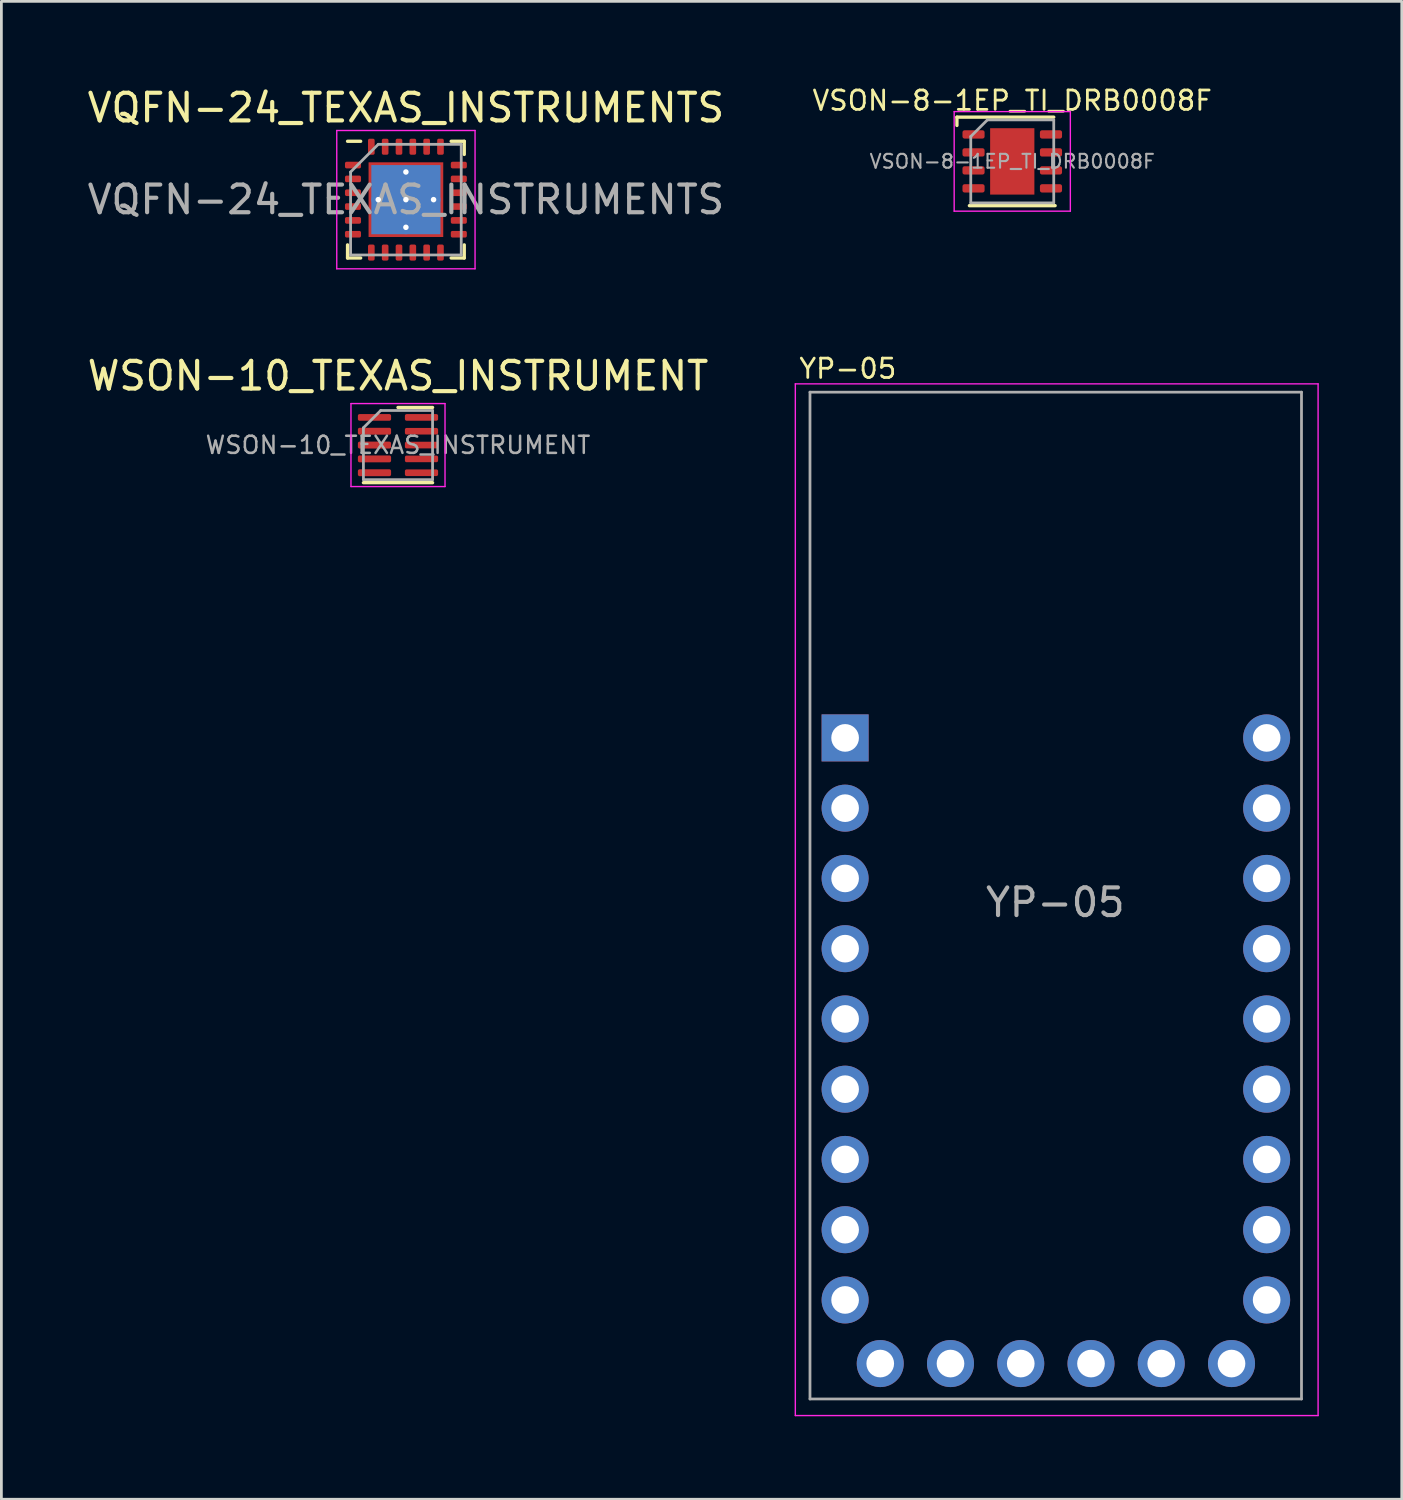
<source format=kicad_pcb>
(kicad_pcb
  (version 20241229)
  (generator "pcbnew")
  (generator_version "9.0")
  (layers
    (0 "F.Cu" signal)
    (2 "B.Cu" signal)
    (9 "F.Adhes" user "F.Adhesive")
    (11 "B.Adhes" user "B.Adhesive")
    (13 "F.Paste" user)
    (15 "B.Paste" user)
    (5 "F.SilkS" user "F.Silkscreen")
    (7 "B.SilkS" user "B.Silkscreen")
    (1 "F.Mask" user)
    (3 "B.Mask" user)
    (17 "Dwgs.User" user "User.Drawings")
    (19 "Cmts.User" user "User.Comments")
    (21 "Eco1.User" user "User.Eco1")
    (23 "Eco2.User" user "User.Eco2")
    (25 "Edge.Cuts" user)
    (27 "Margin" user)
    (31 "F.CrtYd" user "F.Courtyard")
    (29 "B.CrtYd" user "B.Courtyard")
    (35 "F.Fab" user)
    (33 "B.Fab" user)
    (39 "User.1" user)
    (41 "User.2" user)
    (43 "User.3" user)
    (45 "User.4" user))
  (footprint "YP-05"
    (layer "F.Cu")
    (at 35.104 29.578)
    (property "Reference" "YP-05" (at -7.5 -19.3 0) (layer "F.SilkS") (effects (font (size 0.7 0.7) (thickness 0.1))))
    (attr smd)
    (fp_line (start -9.4 -18.75) (end -9.4 18.55) (stroke (width 0.05) (type solid)) (layer "F.CrtYd"))
    (fp_line (start -9.4 18.55) (end 9.5 18.55) (stroke (width 0.05) (type solid)) (layer "F.CrtYd"))
    (fp_line (start 9.5 -18.75) (end -9.4 -18.75) (stroke (width 0.05) (type solid)) (layer "F.CrtYd"))
    (fp_line (start 9.5 18.55) (end 9.5 -18.75) (stroke (width 0.05) (type solid)) (layer "F.CrtYd"))
    (fp_line (start -8.87 17.95) (end -8.87 -18.45) (stroke (width 0.1) (type solid)) (layer "F.Fab"))
    (fp_line (start 8.9 -18.45) (end -8.87 -18.45) (stroke (width 0.1) (type solid)) (layer "F.Fab"))
    (fp_line (start 8.9 17.95) (end -8.87 17.95) (stroke (width 0.1) (type solid)) (layer "F.Fab"))
    (fp_line (start 8.9 17.95) (end 8.9 -18.45) (stroke (width 0.1) (type solid)) (layer "F.Fab"))
    (fp_text user "${REFERENCE}" (at 0 0 0) (layer "F.Fab") (effects (font (size 1 1) (thickness 0.15))))
    (pad "1" thru_hole rect (at -7.6 -5.95) (size 1.7 1.7) (drill 1) (layers "*.Cu" "*.Mask"))
    (pad "2" thru_hole oval (at -7.6 -3.41) (size 1.7 1.7) (drill 1) (layers "*.Cu" "*.Mask"))
    (pad "3" thru_hole oval (at -7.6 -0.87) (size 1.7 1.7) (drill 1) (layers "*.Cu" "*.Mask"))
    (pad "4" thru_hole oval (at -7.6 1.67) (size 1.7 1.7) (drill 1) (layers "*.Cu" "*.Mask"))
    (pad "5" thru_hole oval (at -7.6 4.21) (size 1.7 1.7) (drill 1) (layers "*.Cu" "*.Mask"))
    (pad "6" thru_hole oval (at -7.6 6.75) (size 1.7 1.7) (drill 1) (layers "*.Cu" "*.Mask"))
    (pad "7" thru_hole oval (at -7.6 9.29) (size 1.7 1.7) (drill 1) (layers "*.Cu" "*.Mask"))
    (pad "8" thru_hole oval (at -7.6 11.83) (size 1.7 1.7) (drill 1) (layers "*.Cu" "*.Mask"))
    (pad "9" thru_hole oval (at -7.6 14.37) (size 1.7 1.7) (drill 1) (layers "*.Cu" "*.Mask"))
    (pad "10" thru_hole circle (at -6.33 16.67 90) (size 1.7 1.7) (drill 1) (layers "*.Cu" "*.Mask"))
    (pad "11" thru_hole oval (at -3.79 16.67 90) (size 1.7 1.7) (drill 1) (layers "*.Cu" "*.Mask"))
    (pad "12" thru_hole oval (at -1.25 16.67 90) (size 1.7 1.7) (drill 1) (layers "*.Cu" "*.Mask"))
    (pad "13" thru_hole oval (at 1.29 16.67 90) (size 1.7 1.7) (drill 1) (layers "*.Cu" "*.Mask"))
    (pad "14" thru_hole oval (at 3.83 16.67 90) (size 1.7 1.7) (drill 1) (layers "*.Cu" "*.Mask"))
    (pad "15" thru_hole oval (at 6.37 16.67 90) (size 1.7 1.7) (drill 1) (layers "*.Cu" "*.Mask"))
    (pad "16" thru_hole oval (at 7.64 14.37) (size 1.7 1.7) (drill 1) (layers "*.Cu" "*.Mask"))
    (pad "17" thru_hole oval (at 7.64 11.83) (size 1.7 1.7) (drill 1) (layers "*.Cu" "*.Mask"))
    (pad "18" thru_hole oval (at 7.64 9.29) (size 1.7 1.7) (drill 1) (layers "*.Cu" "*.Mask"))
    (pad "19" thru_hole oval (at 7.64 6.75) (size 1.7 1.7) (drill 1) (layers "*.Cu" "*.Mask"))
    (pad "20" thru_hole oval (at 7.64 4.21) (size 1.7 1.7) (drill 1) (layers "*.Cu" "*.Mask"))
    (pad "21" thru_hole oval (at 7.64 1.67) (size 1.7 1.7) (drill 1) (layers "*.Cu" "*.Mask"))
    (pad "22" thru_hole oval (at 7.64 -0.87) (size 1.7 1.7) (drill 1) (layers "*.Cu" "*.Mask"))
    (pad "23" thru_hole oval (at 7.64 -3.41) (size 1.7 1.7) (drill 1) (layers "*.Cu" "*.Mask"))
    (pad "24" thru_hole circle (at 7.64 -5.95) (size 1.7 1.7) (drill 1) (layers "*.Cu" "*.Mask")))
  (footprint "VSON-8-1EP_TI_DRB0008F"
    (layer "F.Cu")
    (at 33.547 2.785)
    (property "Reference" "VSON-8-1EP_TI_DRB0008F" (at 0 -2.2 0) (layer "F.SilkS") (effects (font (size 0.7 0.7) (thickness 0.1))))
    (attr smd)
    (fp_line (start -2 -1.6) (end 1.5 -1.6) (stroke (width 0.12) (type solid)) (layer "F.SilkS"))
    (fp_line (start -2 -1.3) (end -2 -1.6) (stroke (width 0.12) (type solid)) (layer "F.SilkS"))
    (fp_line (start -1.55 1.6) (end 1.55 1.6) (stroke (width 0.12) (type solid)) (layer "F.SilkS"))
    (fp_line (start -2.1 -1.8) (end -2.1 1.8) (stroke (width 0.05) (type solid)) (layer "F.CrtYd"))
    (fp_line (start -2.1 1.8) (end 2.1 1.8) (stroke (width 0.05) (type solid)) (layer "F.CrtYd"))
    (fp_line (start 2.1 -1.8) (end -2.1 -1.8) (stroke (width 0.05) (type solid)) (layer "F.CrtYd"))
    (fp_line (start 2.1 1.8) (end 2.1 -1.8) (stroke (width 0.05) (type solid)) (layer "F.CrtYd"))
    (fp_line (start -1.5 -0.9) (end -0.9 -1.5) (stroke (width 0.1) (type solid)) (layer "F.Fab"))
    (fp_line (start -1.5 1.5) (end -1.5 -0.9) (stroke (width 0.1) (type solid)) (layer "F.Fab"))
    (fp_line (start -0.9 -1.5) (end 1.5 -1.5) (stroke (width 0.1) (type solid)) (layer "F.Fab"))
    (fp_line (start 1.5 -1.5) (end 1.5 1.5) (stroke (width 0.1) (type solid)) (layer "F.Fab"))
    (fp_line (start 1.5 1.5) (end -1.5 1.5) (stroke (width 0.1) (type solid)) (layer "F.Fab"))
    (fp_text user "${REFERENCE}" (at 0 0 0) (layer "F.Fab") (effects (font (size 0.5 0.5) (thickness 0.075))))
    (pad "" smd roundrect (at 0 -0.635) (size 1.47 1.07) (layers "F.Paste") (roundrect_rratio 0.207))
    (pad "" smd roundrect (at 0 0.635) (size 1.47 1.07) (layers "F.Paste") (roundrect_rratio 0.207))
    (pad "1" smd roundrect (at -1.4 -0.975) (size 0.8 0.3) (layers "F.Cu" "F.Mask" "F.Paste") (roundrect_rratio 0.25))
    (pad "2" smd roundrect (at -1.4 -0.325) (size 0.8 0.3) (layers "F.Cu" "F.Mask" "F.Paste") (roundrect_rratio 0.25))
    (pad "3" smd roundrect (at -1.4 0.325) (size 0.8 0.3) (layers "F.Cu" "F.Mask" "F.Paste") (roundrect_rratio 0.25))
    (pad "4" smd roundrect (at -1.4 0.975) (size 0.8 0.3) (layers "F.Cu" "F.Mask" "F.Paste") (roundrect_rratio 0.25))
    (pad "5" smd roundrect (at 1.4 0.975) (size 0.8 0.3) (layers "F.Cu" "F.Mask" "F.Paste") (roundrect_rratio 0.25))
    (pad "6" smd roundrect (at 1.4 0.325) (size 0.8 0.3) (layers "F.Cu" "F.Mask" "F.Paste") (roundrect_rratio 0.25))
    (pad "7" smd roundrect (at 1.4 -0.325) (size 0.8 0.3) (layers "F.Cu" "F.Mask" "F.Paste") (roundrect_rratio 0.25))
    (pad "8" smd roundrect (at 1.4 -0.975) (size 0.8 0.3) (layers "F.Cu" "F.Mask" "F.Paste") (roundrect_rratio 0.25))
    (pad "9" smd rect (at 0 0) (size 1.6 2.4) (layers "F.Cu" "F.Mask")))
  (footprint "VQFN-24_TEXAS_INSTRUMENTS"
    (layer "F.Cu")
    (at 11.625 4.168)
    (property "Reference" "VQFN-24_TEXAS_INSTRUMENTS" (at 0 -3.32 0) (layer "F.SilkS") (effects (font (size 1 1) (thickness 0.15))))
    (attr smd)
    (fp_line (start -2.11 2.11) (end -2.11 1.635) (stroke (width 0.12) (type solid)) (layer "F.SilkS"))
    (fp_line (start -1.635 -2.11) (end -2.11 -2.11) (stroke (width 0.12) (type solid)) (layer "F.SilkS"))
    (fp_line (start -1.635 2.11) (end -2.11 2.11) (stroke (width 0.12) (type solid)) (layer "F.SilkS"))
    (fp_line (start 1.635 -2.11) (end 2.11 -2.11) (stroke (width 0.12) (type solid)) (layer "F.SilkS"))
    (fp_line (start 1.635 2.11) (end 2.11 2.11) (stroke (width 0.12) (type solid)) (layer "F.SilkS"))
    (fp_line (start 2.11 -2.11) (end 2.11 -1.635) (stroke (width 0.12) (type solid)) (layer "F.SilkS"))
    (fp_line (start 2.11 2.11) (end 2.11 1.635) (stroke (width 0.12) (type solid)) (layer "F.SilkS"))
    (fp_line (start -2.5 -2.5) (end -2.5 2.5) (stroke (width 0.05) (type solid)) (layer "F.CrtYd"))
    (fp_line (start -2.5 2.5) (end 2.5 2.5) (stroke (width 0.05) (type solid)) (layer "F.CrtYd"))
    (fp_line (start 2.5 -2.5) (end -2.5 -2.5) (stroke (width 0.05) (type solid)) (layer "F.CrtYd"))
    (fp_line (start 2.5 2.5) (end 2.5 -2.5) (stroke (width 0.05) (type solid)) (layer "F.CrtYd"))
    (fp_line (start -2 -1) (end -1 -2) (stroke (width 0.1) (type solid)) (layer "F.Fab"))
    (fp_line (start -2 2) (end -2 -1) (stroke (width 0.1) (type solid)) (layer "F.Fab"))
    (fp_line (start -1 -2) (end 2 -2) (stroke (width 0.1) (type solid)) (layer "F.Fab"))
    (fp_line (start 2 -2) (end 2 2) (stroke (width 0.1) (type solid)) (layer "F.Fab"))
    (fp_line (start 2 2) (end -2 2) (stroke (width 0.1) (type solid)) (layer "F.Fab"))
    (fp_text user "${REFERENCE}" (at 0 0 0) (layer "F.Fab") (effects (font (size 1 1) (thickness 0.15))))
    (pad "" smd rect (at -0.7 -0.7) (size 1.188 1.188) (layers "F.Paste"))
    (pad "" smd rect (at -0.7 0.7) (size 1.188 1.188) (layers "F.Paste"))
    (pad "" smd rect (at 0.7 -0.7) (size 1.188 1.188) (layers "F.Paste"))
    (pad "" smd rect (at 0.7 0.7) (size 1.188 1.188) (layers "F.Paste"))
    (pad "1" smd roundrect (at -1.913 -1.25) (size 0.58 0.24) (layers "F.Cu" "F.Mask" "F.Paste") (roundrect_rratio 0.25))
    (pad "2" smd roundrect (at -1.913 -0.75) (size 0.58 0.24) (layers "F.Cu" "F.Mask" "F.Paste") (roundrect_rratio 0.25))
    (pad "3" smd roundrect (at -1.913 -0.25) (size 0.58 0.24) (layers "F.Cu" "F.Mask" "F.Paste") (roundrect_rratio 0.25))
    (pad "4" smd roundrect (at -1.913 0.25) (size 0.58 0.24) (layers "F.Cu" "F.Mask" "F.Paste") (roundrect_rratio 0.25))
    (pad "5" smd roundrect (at -1.913 0.75) (size 0.58 0.24) (layers "F.Cu" "F.Mask" "F.Paste") (roundrect_rratio 0.25))
    (pad "6" smd roundrect (at -1.913 1.25) (size 0.58 0.24) (layers "F.Cu" "F.Mask" "F.Paste") (roundrect_rratio 0.25))
    (pad "7" smd roundrect (at -1.25 1.913) (size 0.24 0.58) (layers "F.Cu" "F.Mask" "F.Paste") (roundrect_rratio 0.25))
    (pad "8" smd roundrect (at -0.75 1.913) (size 0.24 0.58) (layers "F.Cu" "F.Mask" "F.Paste") (roundrect_rratio 0.25))
    (pad "9" smd roundrect (at -0.25 1.913) (size 0.24 0.58) (layers "F.Cu" "F.Mask" "F.Paste") (roundrect_rratio 0.25))
    (pad "10" smd roundrect (at 0.25 1.913) (size 0.24 0.58) (layers "F.Cu" "F.Mask" "F.Paste") (roundrect_rratio 0.25))
    (pad "11" smd roundrect (at 0.75 1.913) (size 0.24 0.58) (layers "F.Cu" "F.Mask" "F.Paste") (roundrect_rratio 0.25))
    (pad "12" smd roundrect (at 1.25 1.913) (size 0.24 0.58) (layers "F.Cu" "F.Mask" "F.Paste") (roundrect_rratio 0.25))
    (pad "13" smd roundrect (at 1.913 1.25) (size 0.58 0.24) (layers "F.Cu" "F.Mask" "F.Paste") (roundrect_rratio 0.25))
    (pad "14" smd roundrect (at 1.913 0.75) (size 0.58 0.24) (layers "F.Cu" "F.Mask" "F.Paste") (roundrect_rratio 0.25))
    (pad "15" smd roundrect (at 1.913 0.25) (size 0.58 0.24) (layers "F.Cu" "F.Mask" "F.Paste") (roundrect_rratio 0.25))
    (pad "16" smd roundrect (at 1.913 -0.25) (size 0.58 0.24) (layers "F.Cu" "F.Mask" "F.Paste") (roundrect_rratio 0.25))
    (pad "17" smd roundrect (at 1.913 -0.75) (size 0.58 0.24) (layers "F.Cu" "F.Mask" "F.Paste") (roundrect_rratio 0.25))
    (pad "18" smd roundrect (at 1.913 -1.25) (size 0.58 0.24) (layers "F.Cu" "F.Mask" "F.Paste") (roundrect_rratio 0.25))
    (pad "19" smd roundrect (at 1.25 -1.913) (size 0.24 0.58) (layers "F.Cu" "F.Mask" "F.Paste") (roundrect_rratio 0.25))
    (pad "20" smd roundrect (at 0.75 -1.913) (size 0.24 0.58) (layers "F.Cu" "F.Mask" "F.Paste") (roundrect_rratio 0.25))
    (pad "21" smd roundrect (at 0.25 -1.913) (size 0.24 0.58) (layers "F.Cu" "F.Mask" "F.Paste") (roundrect_rratio 0.25))
    (pad "22" smd roundrect (at -0.25 -1.913) (size 0.24 0.58) (layers "F.Cu" "F.Mask" "F.Paste") (roundrect_rratio 0.25))
    (pad "23" smd roundrect (at -0.75 -1.913) (size 0.24 0.58) (layers "F.Cu" "F.Mask" "F.Paste") (roundrect_rratio 0.25))
    (pad "24" smd roundrect (at -1.25 -1.913) (size 0.24 0.58) (layers "F.Cu" "F.Mask" "F.Paste") (roundrect_rratio 0.25))
    (pad "25" thru_hole circle (at -1 0) (size 0.5 0.5) (drill 0.2) (layers "*.Cu"))
    (pad "25" thru_hole circle (at 0 -1) (size 0.5 0.5) (drill 0.2) (layers "*.Cu"))
    (pad "25" thru_hole circle (at 0 0) (size 0.5 0.5) (drill 0.2) (layers "*.Cu"))
    (pad "25" smd rect (at 0 0) (size 2.5 2.5) (layers "B.Cu"))
    (pad "25" smd rect (at 0 0) (size 2.7 2.7) (layers "F.Cu" "F.Mask"))
    (pad "25" thru_hole circle (at 0 1) (size 0.5 0.5) (drill 0.2) (layers "*.Cu"))
    (pad "25" thru_hole circle (at 1 0) (size 0.5 0.5) (drill 0.2) (layers "*.Cu")))
  (footprint "WSON-10_TEXAS_INSTRUMENT"
    (layer "F.Cu")
    (at 11.339 13.041)
    (property "Reference" "WSON-10_TEXAS_INSTRUMENT" (at 0 -2.5 0) (layer "F.SilkS") (effects (font (size 1 1) (thickness 0.15))))
    (attr smd)
    (fp_line (start -1.25 1.36) (end 1.25 1.36) (stroke (width 0.12) (type solid)) (layer "F.SilkS"))
    (fp_line (start 0 -1.36) (end 1.25 -1.36) (stroke (width 0.12) (type solid)) (layer "F.SilkS"))
    (fp_line (start -1.7 -1.5) (end -1.7 1.5) (stroke (width 0.05) (type solid)) (layer "F.CrtYd"))
    (fp_line (start -1.7 1.5) (end 1.7 1.5) (stroke (width 0.05) (type solid)) (layer "F.CrtYd"))
    (fp_line (start 1.7 -1.5) (end -1.7 -1.5) (stroke (width 0.05) (type solid)) (layer "F.CrtYd"))
    (fp_line (start 1.7 1.5) (end 1.7 -1.5) (stroke (width 0.05) (type solid)) (layer "F.CrtYd"))
    (fp_line (start -1.25 -0.625) (end -0.625 -1.25) (stroke (width 0.1) (type solid)) (layer "F.Fab"))
    (fp_line (start -1.25 1.25) (end -1.25 -0.625) (stroke (width 0.1) (type solid)) (layer "F.Fab"))
    (fp_line (start -0.625 -1.25) (end 1.25 -1.25) (stroke (width 0.1) (type solid)) (layer "F.Fab"))
    (fp_line (start 1.25 -1.25) (end 1.25 1.25) (stroke (width 0.1) (type solid)) (layer "F.Fab"))
    (fp_line (start 1.25 1.25) (end -1.25 1.25) (stroke (width 0.1) (type solid)) (layer "F.Fab"))
    (fp_text user "${REFERENCE}" (at 0 0 0) (layer "F.Fab") (effects (font (size 0.62 0.62) (thickness 0.09))))
    (pad "1" smd roundrect (at -0.85 -1) (size 1.2 0.24) (layers "F.Cu" "F.Mask" "F.Paste") (roundrect_rratio 0.25))
    (pad "2" smd roundrect (at -0.85 -0.5) (size 1.2 0.25) (layers "F.Cu" "F.Mask" "F.Paste") (roundrect_rratio 0.25))
    (pad "3" smd roundrect (at -0.85 0) (size 1.2 0.25) (layers "F.Cu" "F.Mask" "F.Paste") (roundrect_rratio 0.25))
    (pad "4" smd roundrect (at -0.85 0.5) (size 1.2 0.25) (layers "F.Cu" "F.Mask" "F.Paste") (roundrect_rratio 0.25))
    (pad "5" smd roundrect (at -0.85 1) (size 1.2 0.25) (layers "F.Cu" "F.Mask" "F.Paste") (roundrect_rratio 0.25))
    (pad "6" smd roundrect (at 0.85 1) (size 1.2 0.24) (layers "F.Cu" "F.Mask" "F.Paste") (roundrect_rratio 0.25))
    (pad "7" smd roundrect (at 0.85 0.5) (size 1.2 0.24) (layers "F.Cu" "F.Mask" "F.Paste") (roundrect_rratio 0.25))
    (pad "8" smd roundrect (at 0.85 0) (size 1.2 0.24) (layers "F.Cu" "F.Mask" "F.Paste") (roundrect_rratio 0.25))
    (pad "9" smd roundrect (at 0.85 -0.5) (size 1.2 0.24) (layers "F.Cu" "F.Mask" "F.Paste") (roundrect_rratio 0.25))
    (pad "10" smd roundrect (at 0.85 -1) (size 1.2 0.24) (layers "F.Cu" "F.Mask" "F.Paste") (roundrect_rratio 0.25)))
  (gr_rect
    (start -3 -3)
    (end 47.629 51.153)
    (stroke (width 0.1) (type default))
    (fill no)
    (layer "Edge.Cuts")))
</source>
